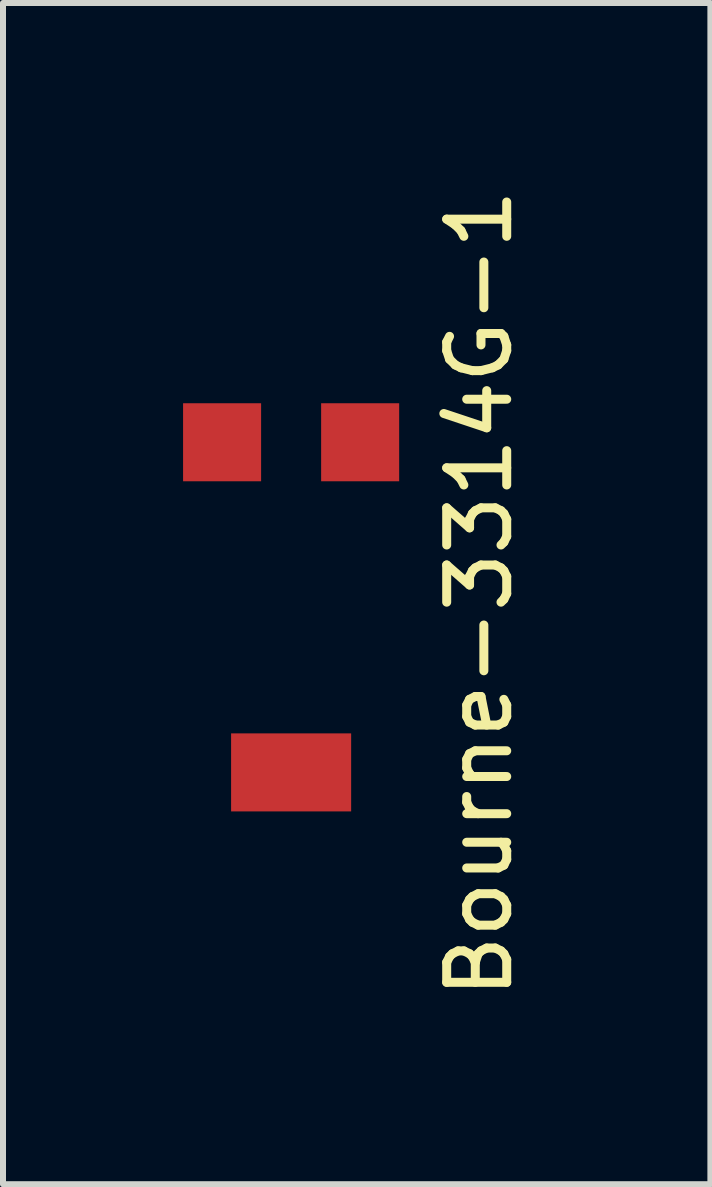
<source format=kicad_pcb>
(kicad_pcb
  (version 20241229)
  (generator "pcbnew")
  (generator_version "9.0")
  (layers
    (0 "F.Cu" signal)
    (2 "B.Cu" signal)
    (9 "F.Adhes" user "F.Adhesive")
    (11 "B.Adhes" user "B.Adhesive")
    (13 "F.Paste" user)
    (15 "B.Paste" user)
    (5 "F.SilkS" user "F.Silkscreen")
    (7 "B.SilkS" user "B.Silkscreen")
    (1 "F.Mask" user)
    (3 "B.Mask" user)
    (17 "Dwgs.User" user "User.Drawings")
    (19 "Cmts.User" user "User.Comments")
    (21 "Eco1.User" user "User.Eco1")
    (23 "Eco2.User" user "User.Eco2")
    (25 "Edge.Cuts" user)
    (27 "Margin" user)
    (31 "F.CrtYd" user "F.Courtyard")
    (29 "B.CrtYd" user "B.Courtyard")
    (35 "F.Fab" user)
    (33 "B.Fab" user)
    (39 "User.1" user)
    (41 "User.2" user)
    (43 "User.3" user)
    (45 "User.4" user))
  (footprint "Bourne-3314G-1"
    (layer "F.Cu")
    (at 1.8 7.068)
    (property "Reference" "Bourne-3314G-1" (at 3.137 -0.229 90) (layer "F.SilkS") (effects (font (size 1 1) (thickness 0.15))))
    (attr through_hole)
    (pad "1" smd rect (at 1.15 -2.75) (size 1.3 1.3) (layers "F.Cu" "F.Mask" "F.Paste"))
    (pad "2" smd rect (at 0 2.75) (size 2 1.3) (layers "F.Cu" "F.Mask" "F.Paste"))
    (pad "3" smd rect (at -1.15 -2.75) (size 1.3 1.3) (layers "F.Cu" "F.Mask" "F.Paste")))
  (gr_rect
    (start -3 -3)
    (end 8.785 16.679)
    (stroke (width 0.1) (type default))
    (fill no)
    (layer "Edge.Cuts")))
</source>
